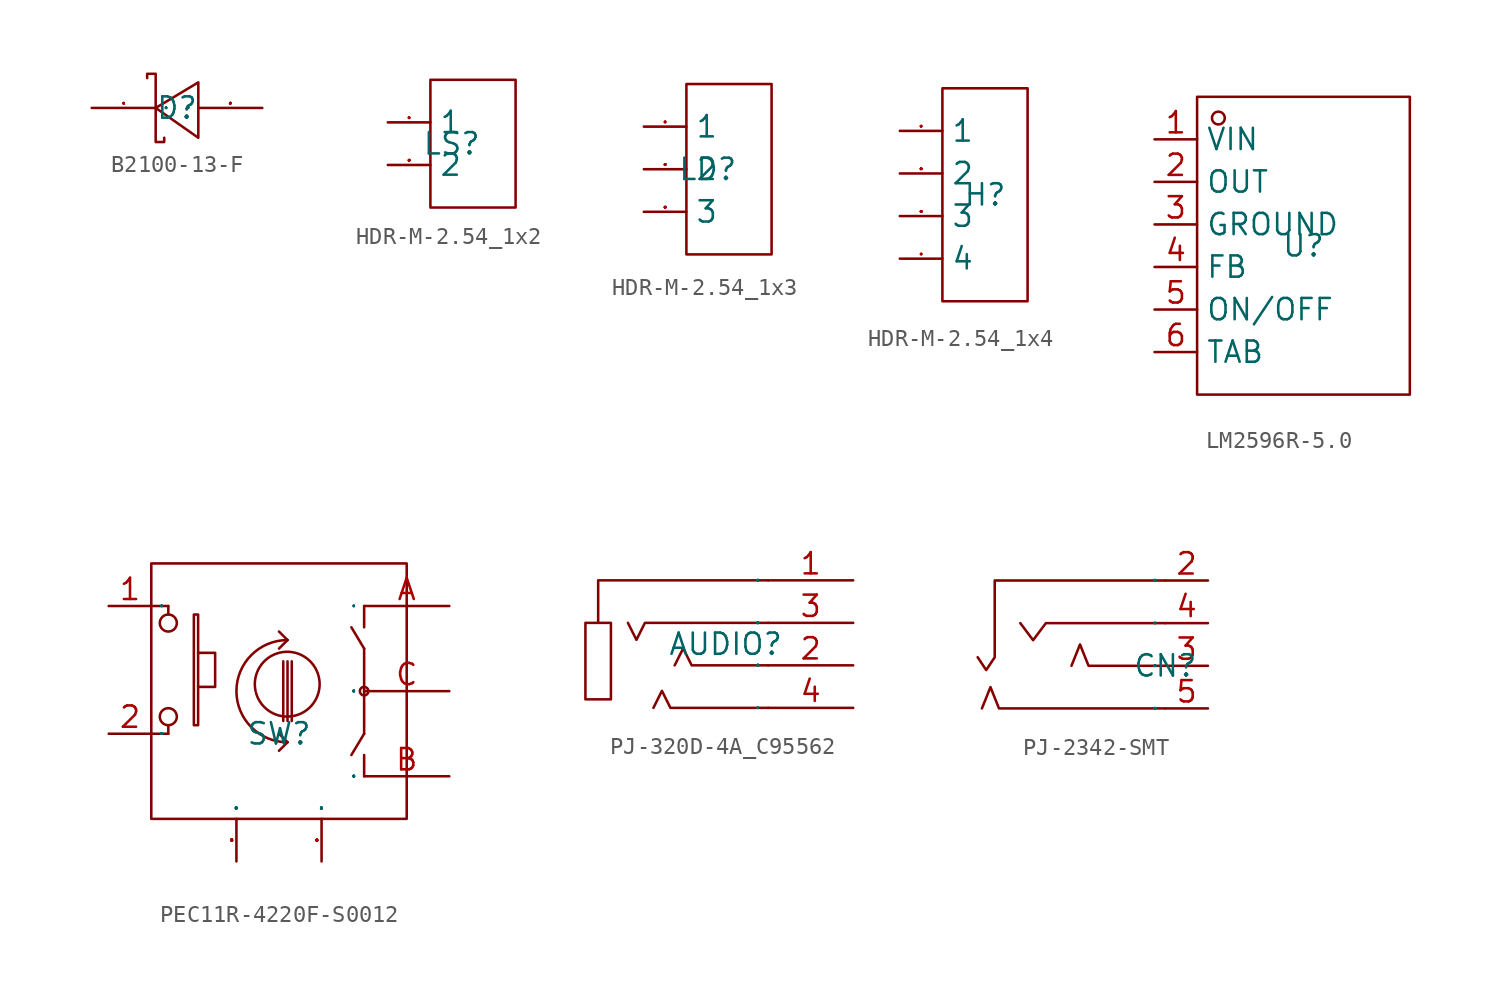
<source format=kicad_sym>
(kicad_symbol_lib
  (version 20231120)
  (generator "kicad_symbol_editor")
  (generator_version "8.0")
  (symbol "B2100-13-F"
    (property "Reference" "D"
      (at 0 0 0)
      (effects (font (size 1.27 1.27))))
    (property "Value" ""
      (at 0 0 0)
      (effects (font (size 1.27 1.27))))
    (symbol "B2100-13-F_1_0"
      (polyline (pts (xy 1.27 1.524) (xy -1.27 0) (xy -1.27 0) (xy 1.27 -1.778) (xy 1.27 -1.778) (xy 1.27 1.524)) (stroke (width 0) (type default)) (fill (type none)))
      (polyline (pts (xy -1.778 1.778) (xy -1.778 2.032) (xy -1.778 2.032) (xy -1.27 2.032) (xy -1.27 2.032) (xy -1.27 -2.032) (xy -1.27 -2.032) (xy -0.762 -2.032) (xy -0.762 -2.032) (xy -0.762 -1.778)) (stroke (width 0) (type default)) (fill (type none)))
      (pin unspecified line (at -5.08 0 0) (length 3.81) (name "1" (effects (font (size 0.025 0.025)))) (number "1" (effects (font (size 0.025 0.025)))))
      (pin unspecified line (at 5.08 0 180) (length 3.81) (name "2" (effects (font (size 0.025 0.025)))) (number "2" (effects (font (size 0.025 0.025)))))))
  (symbol "HDR-M-2.54_1x2"
    (property "Reference" "LS"
      (at 0 0 0)
      (effects (font (size 1.27 1.27))))
    (property "Value" ""
      (at 0 0 0)
      (effects (font (size 1.27 1.27))))
    (symbol "HDR-M-2.54_1x2_1_0"
      (rectangle (start -1.27 -3.81) (end 3.81 3.81) (stroke (width 0) (type default)) (fill (type none)))
      (pin unspecified line (at -3.81 1.27 0) (length 2.54) (name "1" (effects (font (size 1.27 1.27)))) (number "1" (effects (font (size 0.025 0.025)))))
      (pin unspecified line (at -3.81 -1.27 0) (length 2.54) (name "2" (effects (font (size 1.27 1.27)))) (number "2" (effects (font (size 0.025 0.025)))))))
  (symbol "HDR-M-2.54_1x3"
    (property "Reference" "LD"
      (at 0 0 0)
      (effects (font (size 1.27 1.27))))
    (property "Value" ""
      (at 0 0 0)
      (effects (font (size 1.27 1.27))))
    (symbol "HDR-M-2.54_1x3_1_0"
      (rectangle (start -1.27 -5.08) (end 3.81 5.08) (stroke (width 0) (type default)) (fill (type none)))
      (pin input line (at -3.81 2.54 0) (length 2.54) (name "1" (effects (font (size 1.27 1.27)))) (number "1" (effects (font (size 0.025 0.025)))))
      (pin input line (at -3.81 0 0) (length 2.54) (name "2" (effects (font (size 1.27 1.27)))) (number "2" (effects (font (size 0.025 0.025)))))
      (pin input line (at -3.81 -2.54 0) (length 2.54) (name "3" (effects (font (size 1.27 1.27)))) (number "3" (effects (font (size 0.025 0.025)))))))
  (symbol "HDR-M-2.54_1x4"
    (property "Reference" "H"
      (at 0 0 0)
      (effects (font (size 1.27 1.27))))
    (property "Value" ""
      (at 0 0 0)
      (effects (font (size 1.27 1.27))))
    (symbol "HDR-M-2.54_1x4_1_0"
      (rectangle (start -2.54 -6.35) (end 2.54 6.35) (stroke (width 0) (type default)) (fill (type none)))
      (pin unspecified line (at -5.08 3.81 0) (length 2.54) (name "1" (effects (font (size 1.27 1.27)))) (number "1" (effects (font (size 0.025 0.025)))))
      (pin unspecified line (at -5.08 1.27 0) (length 2.54) (name "2" (effects (font (size 1.27 1.27)))) (number "2" (effects (font (size 0.025 0.025)))))
      (pin unspecified line (at -5.08 -1.27 0) (length 2.54) (name "3" (effects (font (size 1.27 1.27)))) (number "3" (effects (font (size 0.025 0.025)))))
      (pin unspecified line (at -5.08 -3.81 0) (length 2.54) (name "4" (effects (font (size 1.27 1.27)))) (number "4" (effects (font (size 0.025 0.025)))))))
  (symbol "LM2596R-5.0"
    (property "Reference" "U"
      (at 0 0 0)
      (effects (font (size 1.27 1.27))))
    (property "Value" ""
      (at 0 0 0)
      (effects (font (size 1.27 1.27))))
    (symbol "LM2596R-5.0_1_0"
      (rectangle (start -6.35 -8.89) (end 6.35 8.89) (stroke (width 0) (type default)) (fill (type none)))
      (circle (center -5.08 7.62) (radius 0.381) (stroke (width 0) (type default)) (fill (type none)))
      (pin unspecified line (at -8.89 6.35 0) (length 2.54) (name "VIN" (effects (font (size 1.27 1.27)))) (number "1" (effects (font (size 1.27 1.27)))))
      (pin unspecified line (at -8.89 3.81 0) (length 2.54) (name "OUT" (effects (font (size 1.27 1.27)))) (number "2" (effects (font (size 1.27 1.27)))))
      (pin unspecified line (at -8.89 1.27 0) (length 2.54) (name "GROUND" (effects (font (size 1.27 1.27)))) (number "3" (effects (font (size 1.27 1.27)))))
      (pin unspecified line (at -8.89 -1.27 0) (length 2.54) (name "FB" (effects (font (size 1.27 1.27)))) (number "4" (effects (font (size 1.27 1.27)))))
      (pin unspecified line (at -8.89 -3.81 0) (length 2.54) (name "ON/OFF" (effects (font (size 1.27 1.27)))) (number "5" (effects (font (size 1.27 1.27)))))
      (pin unspecified line (at -8.89 -6.35 0) (length 2.54) (name "TAB" (effects (font (size 1.27 1.27)))) (number "6" (effects (font (size 1.27 1.27)))))))
  (symbol "PEC11R-4220F-S0012"
    (property "Reference" "SW"
      (at 0 0 0)
      (effects (font (size 1.27 1.27))))
    (property "Value" ""
      (at 0 0 0)
      (effects (font (size 1.27 1.27))))
    (symbol "PEC11R-4220F-S0012_1_0"
      (rectangle (start -7.62 -5.08) (end 7.62 10.16) (stroke (width 0) (type default)) (fill (type none)))
      (circle (center -6.604 1.016) (radius 0.508) (stroke (width 0) (type default)) (fill (type none)))
      (circle (center -6.604 6.604) (radius 0.508) (stroke (width 0) (type default)) (fill (type none)))
      (rectangle (start -5.08 0.508) (end -4.826 7.112) (stroke (width 0) (type default)) (fill (type none)))
      (arc (start -1.3716 2.4384) (mid 2.371 3.427) (end -1.397 2.54) (stroke (width 0) (type default)) (fill (type none)))
      (polyline (pts (xy -7.62 0) (xy -6.604 0)) (stroke (width 0) (type default)) (fill (type none)))
      (polyline (pts (xy -7.62 7.62) (xy -6.604 7.62)) (stroke (width 0) (type default)) (fill (type none)))
      (polyline (pts (xy -6.604 0) (xy -6.604 0.508)) (stroke (width 0) (type default)) (fill (type none)))
      (polyline (pts (xy -6.604 7.112) (xy -6.604 7.62)) (stroke (width 0) (type default)) (fill (type none)))
      (polyline (pts (xy 0 6.096) (xy 0.508 5.588)) (stroke (width 0) (type default)) (fill (type none)))
      (polyline (pts (xy 0.254 4.318) (xy 0.254 0.762)) (stroke (width 0) (type default)) (fill (type none)))
      (polyline (pts (xy 0.508 -0.508) (xy 0 -1.016)) (stroke (width 0) (type default)) (fill (type none)))
      (polyline (pts (xy 0.508 -0.508) (xy 0 0)) (stroke (width 0) (type default)) (fill (type none)))
      (polyline (pts (xy 0.508 0.762) (xy 0.508 4.318)) (stroke (width 0) (type default)) (fill (type none)))
      (polyline (pts (xy 0.508 5.588) (xy 0 5.08)) (stroke (width 0) (type default)) (fill (type none)))
      (polyline (pts (xy 0.762 0.762) (xy 0.762 4.318)) (stroke (width 0) (type default)) (fill (type none)))
      (polyline (pts (xy 5.08 -2.54) (xy 5.08 -1.27)) (stroke (width 0) (type default)) (fill (type none)))
      (polyline (pts (xy 5.08 0) (xy 4.318 -1.27)) (stroke (width 0) (type default)) (fill (type none)))
      (polyline (pts (xy 5.08 2.54) (xy 5.08 0)) (stroke (width 0) (type default)) (fill (type none)))
      (polyline (pts (xy 5.08 2.54) (xy 5.08 5.08)) (stroke (width 0) (type default)) (fill (type none)))
      (polyline (pts (xy 5.08 5.08) (xy 4.318 6.35)) (stroke (width 0) (type default)) (fill (type none)))
      (polyline (pts (xy 5.08 6.35) (xy 5.08 7.62)) (stroke (width 0) (type default)) (fill (type none)))
      (polyline (pts (xy -4.826 2.794) (xy -3.81 2.794) (xy -3.81 2.794) (xy -3.81 4.826) (xy -3.81 4.826) (xy -4.826 4.826)) (stroke (width 0) (type default)) (fill (type none)))
      (arc (start 0.508 5.588) (mid -2.54 2.54) (end 0.508 -0.508) (stroke (width 0) (type default)) (fill (type none)))
      (circle (center 5.08 2.54) (radius 0.254) (stroke (width 0) (type default)) (fill (type none)))
      (pin unspecified line (at -10.16 7.62 0) (length 2.54) (name "1" (effects (font (size 0.025 0.025)))) (number "1" (effects (font (size 1.27 1.27)))))
      (pin unspecified line (at -10.16 0 0) (length 2.54) (name "2" (effects (font (size 0.025 0.025)))) (number "2" (effects (font (size 1.27 1.27)))))
      (pin unspecified line (at 10.16 7.62 180) (length 5.08) (name "A" (effects (font (size 0.025 0.025)))) (number "A" (effects (font (size 1.27 1.27)))))
      (pin unspecified line (at 10.16 -2.54 180) (length 5.08) (name "B" (effects (font (size 0.025 0.025)))) (number "B" (effects (font (size 1.27 1.27)))))
      (pin unspecified line (at 10.16 2.54 180) (length 5.08) (name "C" (effects (font (size 0.025 0.025)))) (number "C" (effects (font (size 1.27 1.27)))))
      (pin unspecified line (at 2.54 -7.62 90) (length 2.54) (name "MT1" (effects (font (size 0.025 0.025)))) (number "MT1" (effects (font (size 0.025 0.025)))))
      (pin unspecified line (at -2.54 -7.62 90) (length 2.54) (name "MT2" (effects (font (size 0.025 0.025)))) (number "MT2" (effects (font (size 0.025 0.025)))))))
  (symbol "PJ-320D-4A_C95562"
    (property "Reference" "AUDIO"
      (at 0 0 0)
      (effects (font (size 1.27 1.27))))
    (property "Value" ""
      (at 0 0 0)
      (effects (font (size 1.27 1.27))))
    (symbol "PJ-320D-4A_C95562_1_0"
      (rectangle (start -8.382 -3.302) (end -6.858 1.27) (stroke (width 0) (type default)) (fill (type none)))
      (polyline (pts (xy 2.54 3.81) (xy -7.62 3.81) (xy -7.62 3.81) (xy -7.62 1.27)) (stroke (width 0) (type default)) (fill (type none)))
      (polyline (pts (xy 2.54 -3.81) (xy -3.302 -3.81) (xy -3.302 -3.81) (xy -3.81 -2.794) (xy -3.81 -2.794) (xy -4.318 -3.81)) (stroke (width 0) (type default)) (fill (type none)))
      (polyline (pts (xy 2.54 -1.27) (xy -2.032 -1.27) (xy -2.032 -1.27) (xy -2.54 -0.254) (xy -2.54 -0.254) (xy -3.048 -1.27)) (stroke (width 0) (type default)) (fill (type none)))
      (polyline (pts (xy 2.54 1.27) (xy -4.826 1.27) (xy -4.826 1.27) (xy -5.334 0.254) (xy -5.334 0.254) (xy -5.842 1.27)) (stroke (width 0) (type default)) (fill (type none)))
      (pin unspecified line (at 7.62 3.81 180) (length 5.08) (name "1" (effects (font (size 0.025 0.025)))) (number "1" (effects (font (size 1.27 1.27)))))
      (pin unspecified line (at 7.62 -1.27 180) (length 5.08) (name "2" (effects (font (size 0.025 0.025)))) (number "2" (effects (font (size 1.27 1.27)))))
      (pin unspecified line (at 7.62 1.27 180) (length 5.08) (name "3" (effects (font (size 0.025 0.025)))) (number "3" (effects (font (size 1.27 1.27)))))
      (pin unspecified line (at 7.62 -3.81 180) (length 5.08) (name "4" (effects (font (size 0.025 0.025)))) (number "4" (effects (font (size 1.27 1.27)))))))
  (symbol "PJ-2342-SMT"
    (property "Reference" "CN"
      (at 0 0 0)
      (effects (font (size 1.27 1.27))))
    (property "Value" ""
      (at 0 0 0)
      (effects (font (size 1.27 1.27))))
    (symbol "PJ-2342-SMT_1_0"
      (polyline (pts (xy 0 -2.54) (xy -9.906 -2.54) (xy -9.906 -2.54) (xy -10.414 -1.27) (xy -10.414 -1.27) (xy -10.922 -2.54)) (stroke (width 0) (type default)) (fill (type none)))
      (polyline (pts (xy 0 0) (xy -4.572 0) (xy -4.572 0) (xy -5.08 1.27) (xy -5.08 1.27) (xy -5.588 0)) (stroke (width 0) (type default)) (fill (type none)))
      (polyline (pts (xy 0 2.54) (xy -7.112 2.54) (xy -7.112 2.54) (xy -7.874 1.524) (xy -7.874 1.524) (xy -8.636 2.54)) (stroke (width 0) (type default)) (fill (type none)))
      (polyline (pts (xy 0 5.08) (xy -10.16 5.08) (xy -10.16 5.08) (xy -10.16 0.508) (xy -10.16 0.508) (xy -10.668 -0.254) (xy -10.668 -0.254) (xy -11.176 0.508)) (stroke (width 0) (type default)) (fill (type none)))
      (pin unspecified line (at 2.54 5.08 180) (length 2.54) (name "2" (effects (font (size 0.025 0.025)))) (number "2" (effects (font (size 1.27 1.27)))))
      (pin unspecified line (at 2.54 0 180) (length 2.54) (name "3" (effects (font (size 0.025 0.025)))) (number "3" (effects (font (size 1.27 1.27)))))
      (pin unspecified line (at 2.54 2.54 180) (length 2.54) (name "4" (effects (font (size 0.025 0.025)))) (number "4" (effects (font (size 1.27 1.27)))))
      (pin unspecified line (at 2.54 -2.54 180) (length 2.54) (name "5" (effects (font (size 0.025 0.025)))) (number "5" (effects (font (size 1.27 1.27))))))))
</source>
